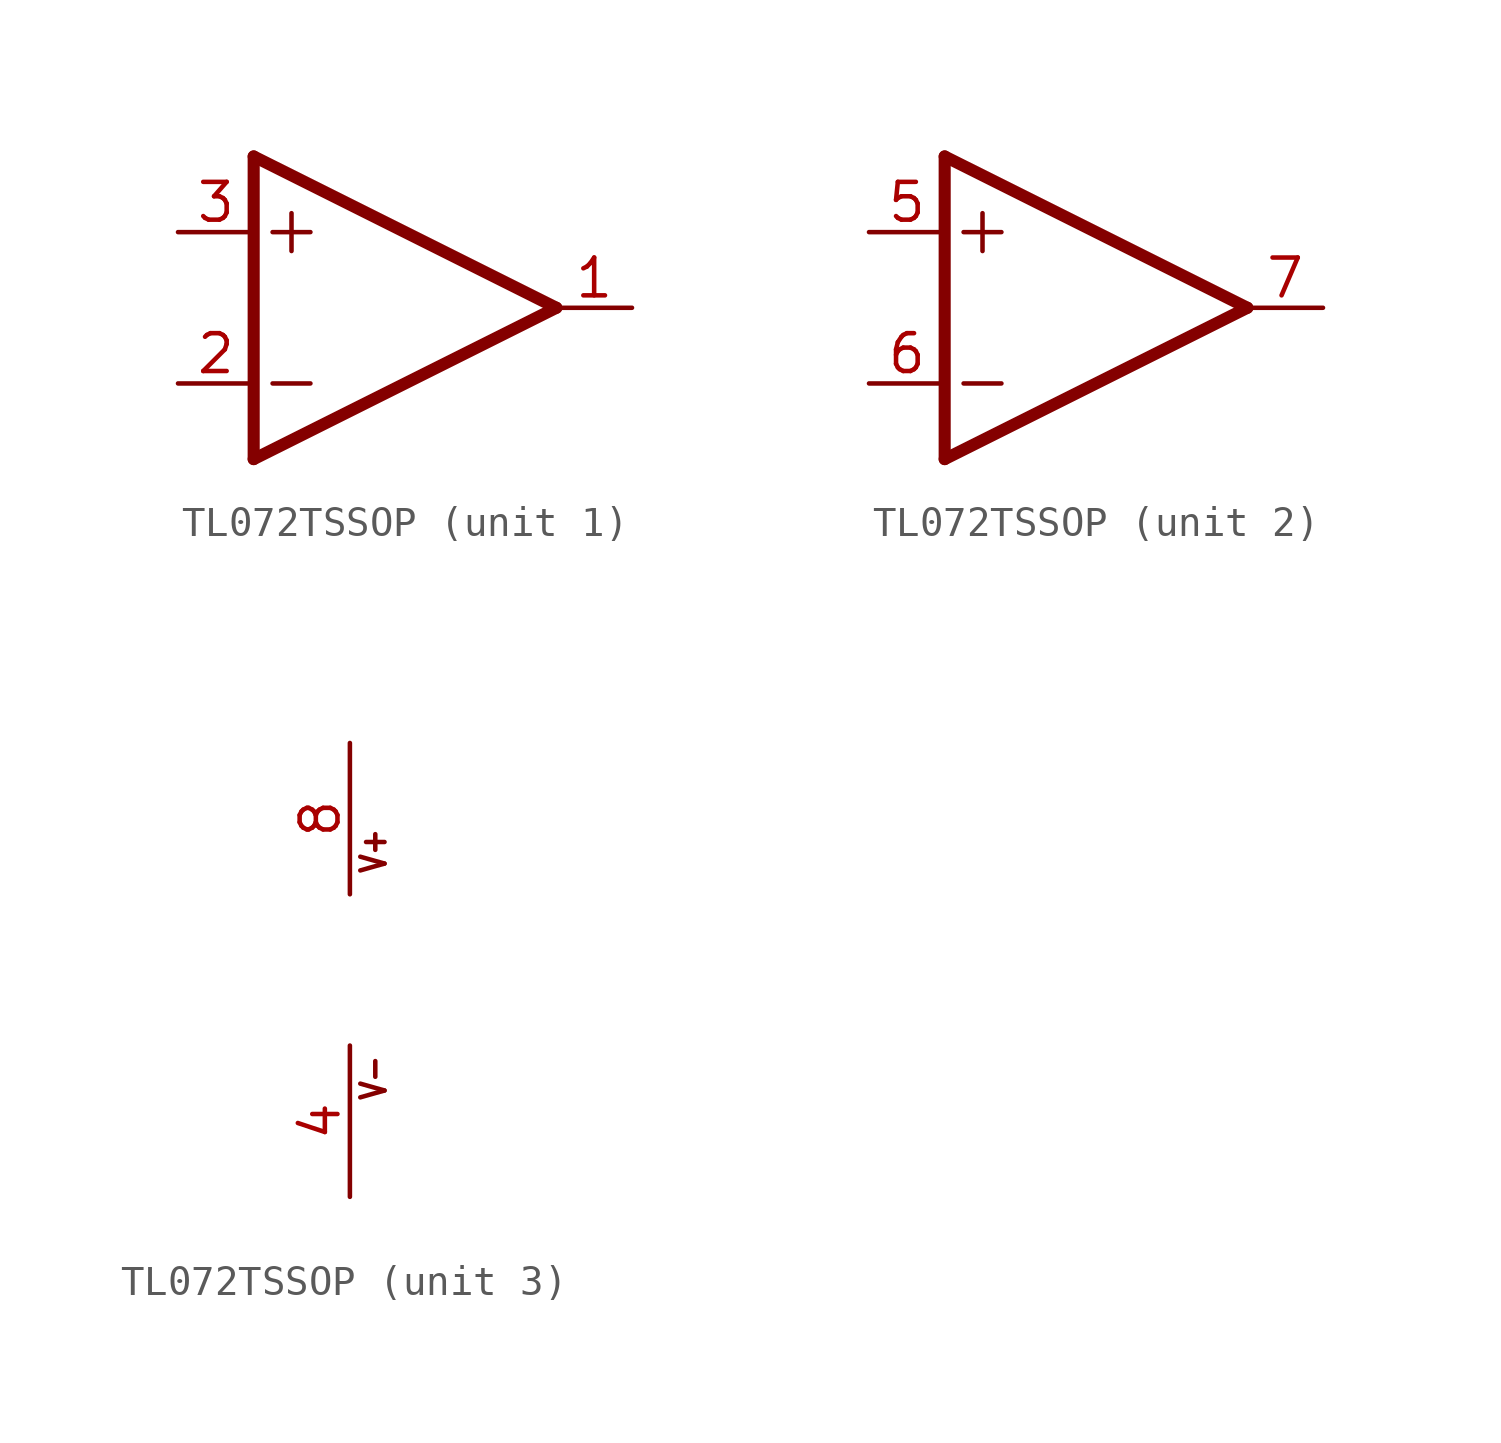
<source format=kicad_sym>
(kicad_symbol_lib
  (version 20231120)
  (generator "kicad_symbol_editor")
  (generator_version "8.0")
  (symbol "TL072TSSOP"
    (property "Reference" "U"
      (at 2.54 3.175 0)
      (effects (font (size 1.778 1.511)) (justify left bottom) (hide yes)))
    (property "ki_locked" ""
      (at 0 0 0)
      (effects (font (size 1.27 1.27))))
    (symbol "TL072TSSOP_1_0"
      (polyline (pts (xy -5.08 -5.08) (xy 5.08 0)) (stroke (width 0.406) (type solid)) (fill (type none)))
      (polyline (pts (xy -5.08 5.08) (xy -5.08 -5.08)) (stroke (width 0.406) (type solid)) (fill (type none)))
      (polyline (pts (xy -4.445 -2.54) (xy -3.175 -2.54)) (stroke (width 0.152) (type solid)) (fill (type none)))
      (polyline (pts (xy -4.445 2.54) (xy -3.175 2.54)) (stroke (width 0.152) (type solid)) (fill (type none)))
      (polyline (pts (xy -3.81 3.175) (xy -3.81 1.905)) (stroke (width 0.152) (type solid)) (fill (type none)))
      (polyline (pts (xy 5.08 0) (xy -5.08 5.08)) (stroke (width 0.406) (type solid)) (fill (type none)))
      (pin output line (at 7.62 0 180) (length 2.54) (name "OUT" (effects (font (size 0 0)))) (number "1" (effects (font (size 1.27 1.27)))))
      (pin input line (at -7.62 -2.54 0) (length 2.54) (name "-IN" (effects (font (size 0 0)))) (number "2" (effects (font (size 1.27 1.27)))))
      (pin input line (at -7.62 2.54 0) (length 2.54) (name "+IN" (effects (font (size 0 0)))) (number "3" (effects (font (size 1.27 1.27))))))
    (symbol "TL072TSSOP_2_0"
      (polyline (pts (xy -5.08 -5.08) (xy 5.08 0)) (stroke (width 0.406) (type solid)) (fill (type none)))
      (polyline (pts (xy -5.08 5.08) (xy -5.08 -5.08)) (stroke (width 0.406) (type solid)) (fill (type none)))
      (polyline (pts (xy -4.445 -2.54) (xy -3.175 -2.54)) (stroke (width 0.152) (type solid)) (fill (type none)))
      (polyline (pts (xy -4.445 2.54) (xy -3.175 2.54)) (stroke (width 0.152) (type solid)) (fill (type none)))
      (polyline (pts (xy -3.81 3.175) (xy -3.81 1.905)) (stroke (width 0.152) (type solid)) (fill (type none)))
      (polyline (pts (xy 5.08 0) (xy -5.08 5.08)) (stroke (width 0.406) (type solid)) (fill (type none)))
      (pin input line (at -7.62 2.54 0) (length 2.54) (name "+IN" (effects (font (size 0 0)))) (number "5" (effects (font (size 1.27 1.27)))))
      (pin input line (at -7.62 -2.54 0) (length 2.54) (name "-IN" (effects (font (size 0 0)))) (number "6" (effects (font (size 1.27 1.27)))))
      (pin output line (at 7.62 0 180) (length 2.54) (name "OUT" (effects (font (size 0 0)))) (number "7" (effects (font (size 1.27 1.27))))))
    (symbol "TL072TSSOP_3_0"
      (text "V+" (at 1.27 3.175 900) (effects (font (size 0.813 0.691)) (justify left bottom)))
      (text "V-" (at 1.27 -4.445 900) (effects (font (size 0.813 0.691)) (justify left bottom)))
      (pin power_in line (at 0 -7.62 90) (length 5.08) (name "V-" (effects (font (size 0 0)))) (number "4" (effects (font (size 1.27 1.27)))))
      (pin power_in line (at 0 7.62 270) (length 5.08) (name "V+" (effects (font (size 0 0)))) (number "8" (effects (font (size 1.27 1.27))))))))
</source>
